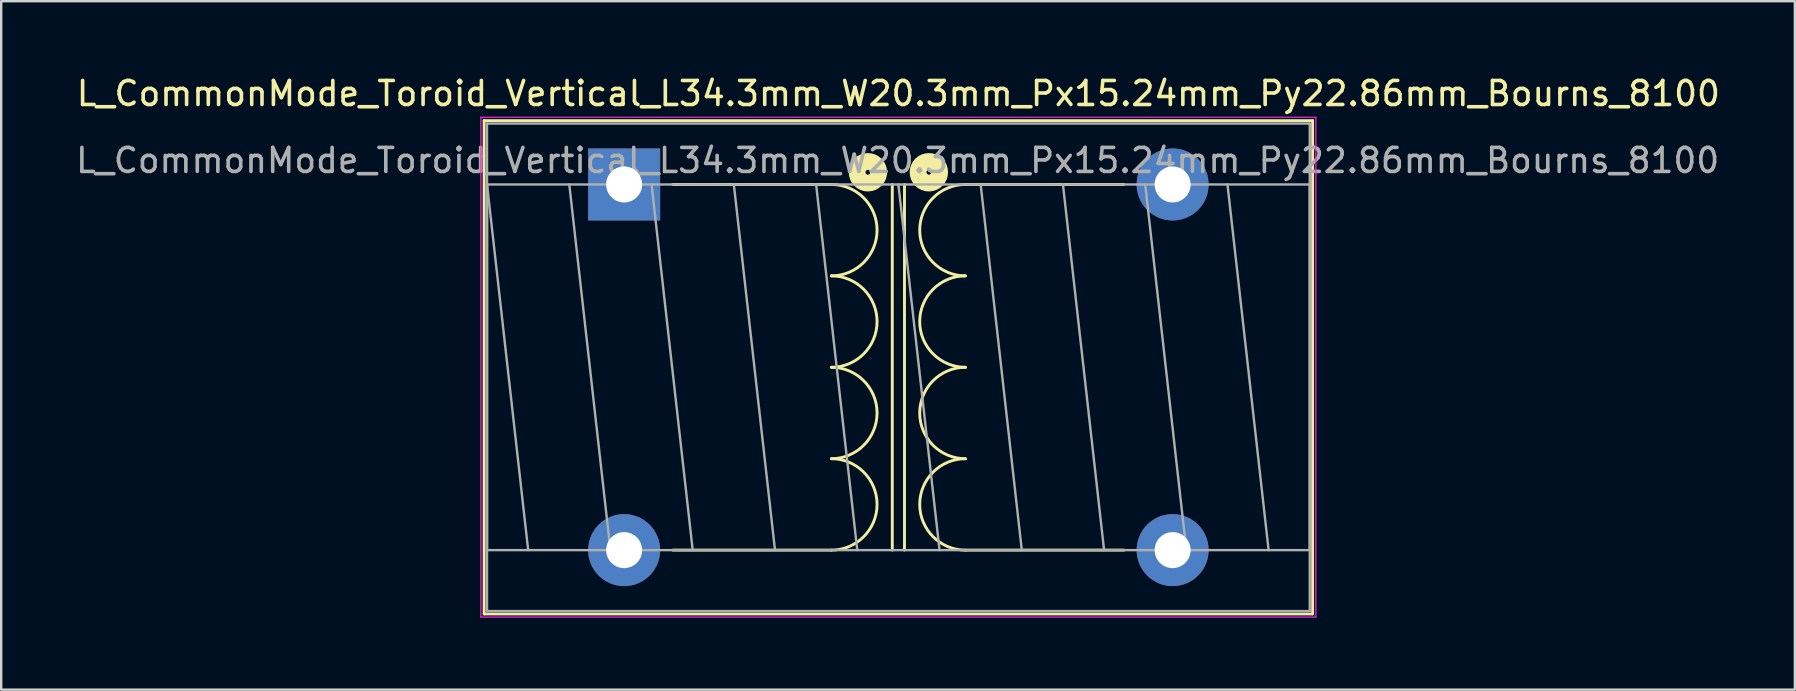
<source format=kicad_pcb>
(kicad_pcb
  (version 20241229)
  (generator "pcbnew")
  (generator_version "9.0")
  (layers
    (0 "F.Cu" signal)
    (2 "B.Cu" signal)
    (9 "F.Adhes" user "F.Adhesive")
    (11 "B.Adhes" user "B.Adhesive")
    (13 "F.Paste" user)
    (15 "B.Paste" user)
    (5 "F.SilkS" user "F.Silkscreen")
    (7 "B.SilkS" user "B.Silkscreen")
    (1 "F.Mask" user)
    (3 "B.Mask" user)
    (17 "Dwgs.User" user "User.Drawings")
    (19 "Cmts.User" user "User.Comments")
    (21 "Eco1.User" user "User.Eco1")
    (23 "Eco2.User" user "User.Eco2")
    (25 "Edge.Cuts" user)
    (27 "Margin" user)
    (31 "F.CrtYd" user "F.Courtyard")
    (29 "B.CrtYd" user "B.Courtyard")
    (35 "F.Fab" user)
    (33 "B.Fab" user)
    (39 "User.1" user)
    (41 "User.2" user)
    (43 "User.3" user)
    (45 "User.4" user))
  (footprint "L_CommonMode_Toroid_Vertical_L34.3mm_W20.3mm_Px15.24mm_Py22.86mm_Bourns_8100"
    (layer "F.Cu")
    (at 22.963 4.638)
    (property "Reference" "L_CommonMode_Toroid_Vertical_L34.3mm_W20.3mm_Px15.24mm_Py22.86mm_Bourns_8100" (at 11.43 -3.79 0) (layer "F.SilkS") (effects (font (size 1 1) (thickness 0.15))))
    (attr through_hole)
    (fp_line (start -5.835 -2.66) (end -5.835 17.9) (stroke (width 0.12) (type solid)) (layer "F.SilkS"))
    (fp_line (start -5.835 -2.66) (end 28.695 -2.66) (stroke (width 0.12) (type solid)) (layer "F.SilkS"))
    (fp_line (start -5.835 17.9) (end 28.695 17.9) (stroke (width 0.12) (type solid)) (layer "F.SilkS"))
    (fp_line (start 2.032 0) (end 8.636 0) (stroke (width 0.12) (type solid)) (layer "F.SilkS"))
    (fp_line (start 2.032 15.24) (end 8.636 15.24) (stroke (width 0.12) (type solid)) (layer "F.SilkS"))
    (fp_line (start 11.176 0) (end 11.176 15.24) (stroke (width 0.12) (type solid)) (layer "F.SilkS"))
    (fp_line (start 11.684 15.24) (end 11.684 0) (stroke (width 0.12) (type solid)) (layer "F.SilkS"))
    (fp_line (start 20.828 0) (end 14.224 0) (stroke (width 0.12) (type solid)) (layer "F.SilkS"))
    (fp_line (start 20.828 15.24) (end 14.224 15.24) (stroke (width 0.12) (type solid)) (layer "F.SilkS"))
    (fp_line (start 28.695 -2.66) (end 28.695 17.9) (stroke (width 0.12) (type solid)) (layer "F.SilkS"))
    (fp_arc (start 8.636 0) (mid 10.541 1.905) (end 8.636 3.81) (stroke (width 0.12) (type solid)) (layer "F.SilkS"))
    (fp_arc (start 8.636 3.81) (mid 10.541 5.715) (end 8.636 7.62) (stroke (width 0.12) (type solid)) (layer "F.SilkS"))
    (fp_arc (start 8.636 7.62) (mid 10.541 9.525) (end 8.636 11.43) (stroke (width 0.12) (type solid)) (layer "F.SilkS"))
    (fp_arc (start 8.636 11.43) (mid 10.541 13.335) (end 8.636 15.24) (stroke (width 0.12) (type solid)) (layer "F.SilkS"))
    (fp_arc (start 14.224 3.81) (mid 12.319 1.905) (end 14.224 0) (stroke (width 0.12) (type solid)) (layer "F.SilkS"))
    (fp_arc (start 14.224 7.62) (mid 12.319 5.715) (end 14.224 3.81) (stroke (width 0.12) (type solid)) (layer "F.SilkS"))
    (fp_arc (start 14.224 11.43) (mid 12.319 9.525) (end 14.224 7.62) (stroke (width 0.12) (type solid)) (layer "F.SilkS"))
    (fp_arc (start 14.224 15.24) (mid 12.319 13.335) (end 14.224 11.43) (stroke (width 0.12) (type solid)) (layer "F.SilkS"))
    (fp_circle (center 10.16 -0.508) (end 10.26 -0.508) (stroke (width 0.7) (type solid)) (fill no) (layer "F.SilkS"))
    (fp_circle (center 12.7 -0.508) (end 12.8 -0.508) (stroke (width 0.7) (type solid)) (fill no) (layer "F.SilkS"))
    (fp_line (start -5.97 -2.8) (end -5.97 18.03) (stroke (width 0.05) (type solid)) (layer "F.CrtYd"))
    (fp_line (start -5.97 18.03) (end 28.83 18.03) (stroke (width 0.05) (type solid)) (layer "F.CrtYd"))
    (fp_line (start 28.83 -2.8) (end -5.97 -2.8) (stroke (width 0.05) (type solid)) (layer "F.CrtYd"))
    (fp_line (start 28.83 18.03) (end 28.83 -2.8) (stroke (width 0.05) (type solid)) (layer "F.CrtYd"))
    (fp_line (start -5.715 -2.54) (end -5.715 17.78) (stroke (width 0.1) (type solid)) (layer "F.Fab"))
    (fp_line (start -5.715 0) (end -5.715 15.24) (stroke (width 0.1) (type solid)) (layer "F.Fab"))
    (fp_line (start -5.715 0) (end -4 15.24) (stroke (width 0.1) (type solid)) (layer "F.Fab"))
    (fp_line (start -5.715 15.24) (end 28.575 15.24) (stroke (width 0.1) (type solid)) (layer "F.Fab"))
    (fp_line (start -5.715 17.78) (end 28.575 17.78) (stroke (width 0.1) (type solid)) (layer "F.Fab"))
    (fp_line (start -2.286 0) (end -0.572 15.24) (stroke (width 0.1) (type solid)) (layer "F.Fab"))
    (fp_line (start 1.143 0) (end 2.857 15.24) (stroke (width 0.1) (type solid)) (layer "F.Fab"))
    (fp_line (start 4.572 0) (end 6.287 15.24) (stroke (width 0.1) (type solid)) (layer "F.Fab"))
    (fp_line (start 8.001 0) (end 9.716 15.24) (stroke (width 0.1) (type solid)) (layer "F.Fab"))
    (fp_line (start 11.43 0) (end 13.145 15.24) (stroke (width 0.1) (type solid)) (layer "F.Fab"))
    (fp_line (start 14.859 0) (end 16.573 15.24) (stroke (width 0.1) (type solid)) (layer "F.Fab"))
    (fp_line (start 18.288 0) (end 20.003 15.24) (stroke (width 0.1) (type solid)) (layer "F.Fab"))
    (fp_line (start 21.717 0) (end 23.431 15.24) (stroke (width 0.1) (type solid)) (layer "F.Fab"))
    (fp_line (start 25.146 0) (end 26.86 15.24) (stroke (width 0.1) (type solid)) (layer "F.Fab"))
    (fp_line (start 28.575 -2.54) (end -5.715 -2.54) (stroke (width 0.1) (type solid)) (layer "F.Fab"))
    (fp_line (start 28.575 0) (end -5.715 0) (stroke (width 0.1) (type solid)) (layer "F.Fab"))
    (fp_line (start 28.575 15.24) (end 28.575 0) (stroke (width 0.1) (type solid)) (layer "F.Fab"))
    (fp_line (start 28.575 17.78) (end 28.575 -2.54) (stroke (width 0.1) (type solid)) (layer "F.Fab"))
    (fp_text user "${REFERENCE}" (at 11.4 -1 0) (layer "F.Fab") (effects (font (size 1 1) (thickness 0.15))))
    (pad "1" thru_hole rect (at 0 0) (size 3 3) (drill 1.5) (layers "*.Cu" "*.Mask"))
    (pad "2" thru_hole circle (at 0 15.24) (size 3 3) (drill 1.5) (layers "*.Cu" "*.Mask"))
    (pad "3" thru_hole circle (at 22.86 15.24) (size 3 3) (drill 1.5) (layers "*.Cu" "*.Mask"))
    (pad "4" thru_hole circle (at 22.86 0) (size 3 3) (drill 1.5) (layers "*.Cu" "*.Mask")))
  (gr_rect
    (start -3 -3)
    (end 71.756 25.693)
    (stroke (width 0.1) (type default))
    (fill no)
    (layer "Edge.Cuts")))
</source>
